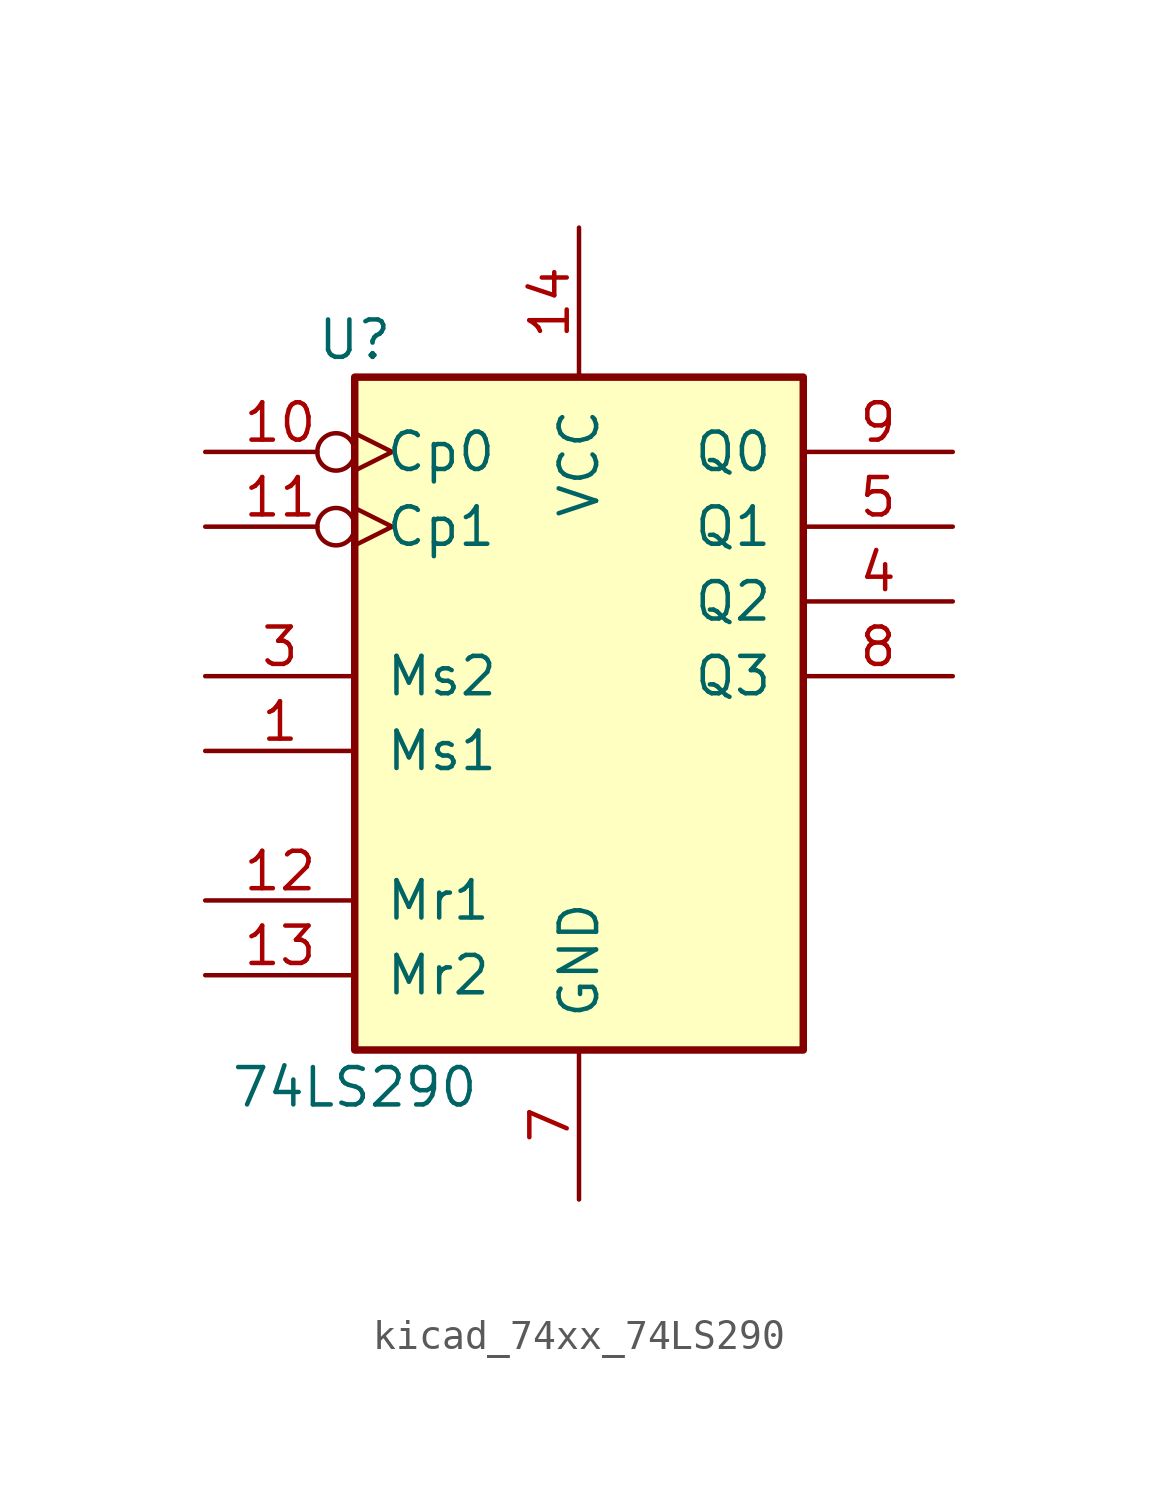
<source format=kicad_sym>
(kicad_symbol_lib
  (version 20220914)
  (generator kicad_symbol_editor)
  (symbol "kicad_74xx_74LS290"
    (pin_names
      (offset 1.016))
    (property "Reference" "U"
      (at -7.62 11.43 0)
      (effects (font (size 1.27 1.27))))
    (property "Value" "74LS290"
      (at -7.62 -13.97 0)
      (effects (font (size 1.27 1.27))))
    (property "ki_locked" ""
      (at 0 0 0)
      (effects (font (size 1.27 1.27))))
    (symbol "kicad_74xx_74LS290_1_0"
      (pin input line (at -12.7 -2.54 0) (length 5.08) (name "Ms1" (effects (font (size 1.27 1.27)))) (number "1" (effects (font (size 1.27 1.27)))))
      (pin input inverted_clock (at -12.7 7.62 0) (length 5.08) (name "Cp0" (effects (font (size 1.27 1.27)))) (number "10" (effects (font (size 1.27 1.27)))))
      (pin input inverted_clock (at -12.7 5.08 0) (length 5.08) (name "Cp1" (effects (font (size 1.27 1.27)))) (number "11" (effects (font (size 1.27 1.27)))))
      (pin input line (at -12.7 -7.62 0) (length 5.08) (name "Mr1" (effects (font (size 1.27 1.27)))) (number "12" (effects (font (size 1.27 1.27)))))
      (pin input line (at -12.7 -10.16 0) (length 5.08) (name "Mr2" (effects (font (size 1.27 1.27)))) (number "13" (effects (font (size 1.27 1.27)))))
      (pin power_in line (at 0 15.24 270) (length 5.08) (name "VCC" (effects (font (size 1.27 1.27)))) (number "14" (effects (font (size 1.27 1.27)))))
      (pin input line (at -12.7 0 0) (length 5.08) (name "Ms2" (effects (font (size 1.27 1.27)))) (number "3" (effects (font (size 1.27 1.27)))))
      (pin output line (at 12.7 2.54 180) (length 5.08) (name "Q2" (effects (font (size 1.27 1.27)))) (number "4" (effects (font (size 1.27 1.27)))))
      (pin output line (at 12.7 5.08 180) (length 5.08) (name "Q1" (effects (font (size 1.27 1.27)))) (number "5" (effects (font (size 1.27 1.27)))))
      (pin power_in line (at 0 -17.78 90) (length 5.08) (name "GND" (effects (font (size 1.27 1.27)))) (number "7" (effects (font (size 1.27 1.27)))))
      (pin output line (at 12.7 0 180) (length 5.08) (name "Q3" (effects (font (size 1.27 1.27)))) (number "8" (effects (font (size 1.27 1.27)))))
      (pin output line (at 12.7 7.62 180) (length 5.08) (name "Q0" (effects (font (size 1.27 1.27)))) (number "9" (effects (font (size 1.27 1.27))))))
    (symbol "kicad_74xx_74LS290_1_1"
      (rectangle (start -7.62 10.16) (end 7.62 -12.7) (stroke (width 0.254) (type default)) (fill (type background))))))
</source>
